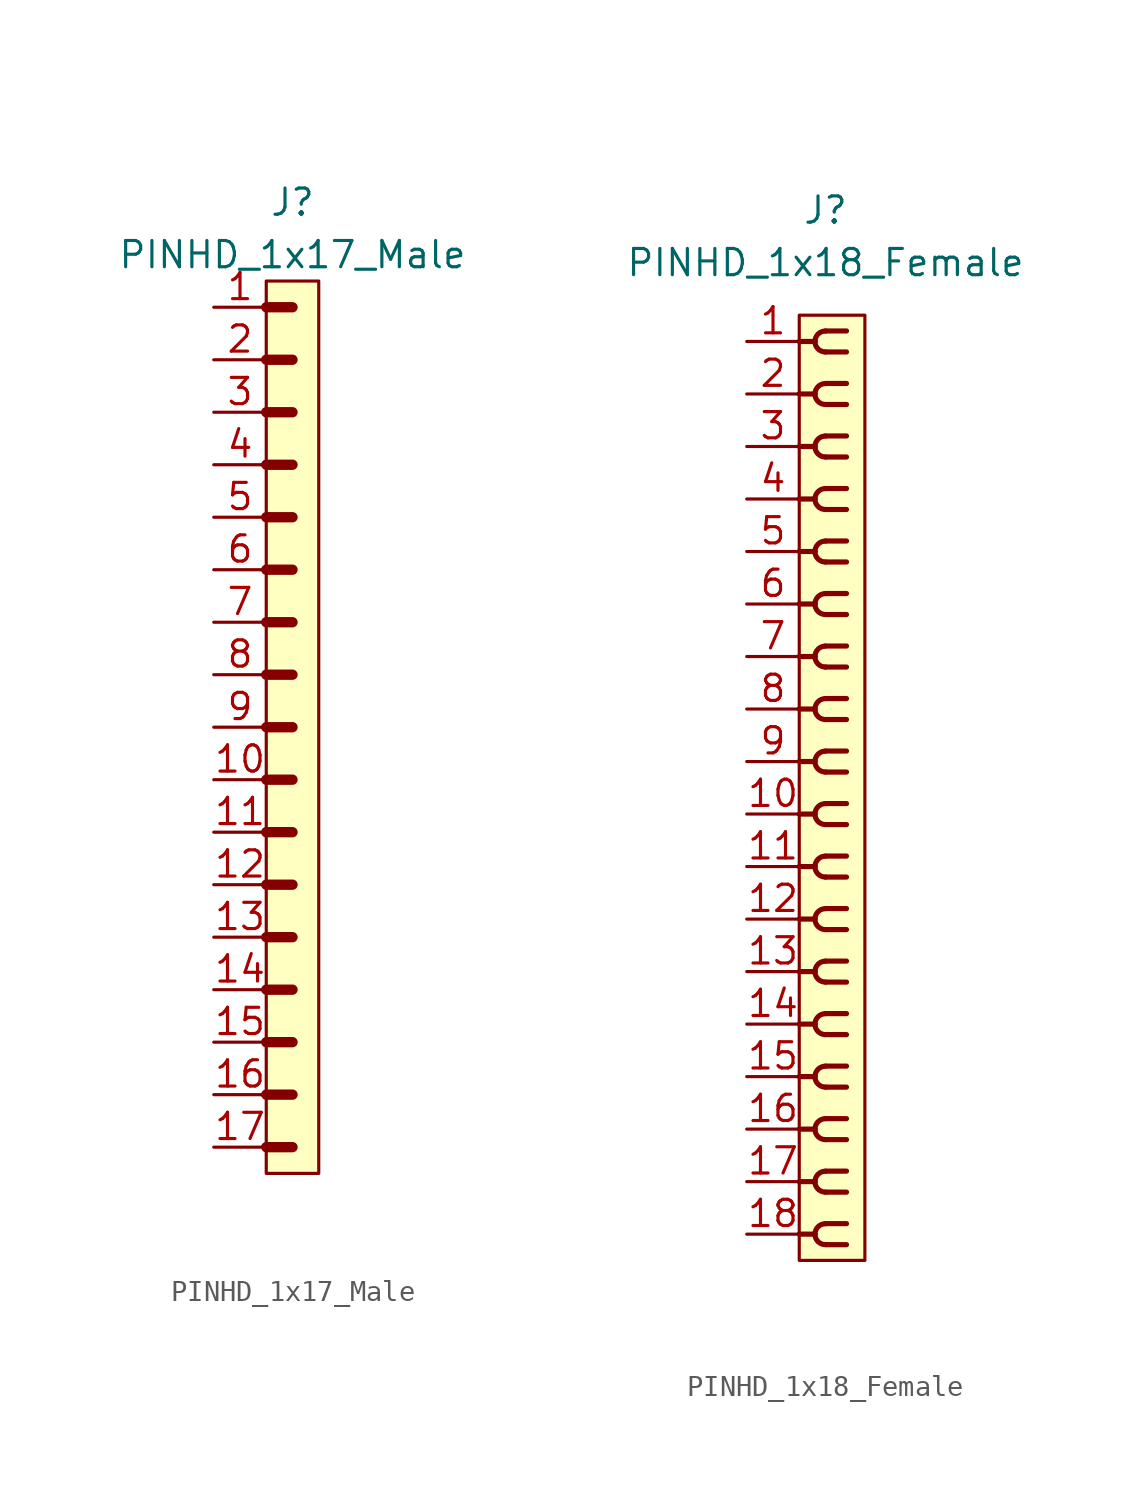
<source format=kicad_sym>
(kicad_symbol_lib
  (version 20220914)
  (generator kicad_symbol_editor)
  (symbol "PINHD_1x17_Male"
    (property "Reference" "J"
      (at 0 25.4 0)
      (effects (font (size 1.27 1.27))))
    (property "Value" "PINHD_1x17_Male"
      (at 0 22.86 0)
      (effects (font (size 1.27 1.27))))
    (symbol "PINHD_1x17_Male_0_1"
      (rectangle (start -1.27 21.59) (end 1.27 -21.59) (stroke (width 0) (type default)) (fill (type background)))
      (polyline (pts (xy -1.27 -20.32) (xy 0 -20.32)) (stroke (width 0.5) (type default)) (fill (type none)))
      (polyline (pts (xy -1.27 -17.78) (xy 0 -17.78)) (stroke (width 0.5) (type default)) (fill (type none)))
      (polyline (pts (xy -1.27 -15.24) (xy 0 -15.24)) (stroke (width 0.5) (type default)) (fill (type none)))
      (polyline (pts (xy -1.27 -12.7) (xy 0 -12.7)) (stroke (width 0.5) (type default)) (fill (type none)))
      (polyline (pts (xy -1.27 -10.16) (xy 0 -10.16)) (stroke (width 0.5) (type default)) (fill (type none)))
      (polyline (pts (xy -1.27 -7.62) (xy 0 -7.62)) (stroke (width 0.5) (type default)) (fill (type none)))
      (polyline (pts (xy -1.27 -5.08) (xy 0 -5.08)) (stroke (width 0.5) (type default)) (fill (type none)))
      (polyline (pts (xy -1.27 -2.54) (xy 0 -2.54)) (stroke (width 0.3) (type default)) (fill (type none)))
      (polyline (pts (xy -1.27 -2.54) (xy 0 -2.54)) (stroke (width 0.5) (type default)) (fill (type none)))
      (polyline (pts (xy -1.27 0) (xy 0 0)) (stroke (width 0.3) (type default)) (fill (type none)))
      (polyline (pts (xy -1.27 0) (xy 0 0)) (stroke (width 0.5) (type default)) (fill (type none)))
      (polyline (pts (xy -1.27 2.54) (xy 0 2.54)) (stroke (width 0.3) (type default)) (fill (type none)))
      (polyline (pts (xy -1.27 2.54) (xy 0 2.54)) (stroke (width 0.5) (type default)) (fill (type none)))
      (polyline (pts (xy -1.27 5.08) (xy 0 5.08)) (stroke (width 0.3) (type default)) (fill (type none)))
      (polyline (pts (xy -1.27 5.08) (xy 0 5.08)) (stroke (width 0.5) (type default)) (fill (type none)))
      (polyline (pts (xy -1.27 7.62) (xy 0 7.62)) (stroke (width 0.3) (type default)) (fill (type none)))
      (polyline (pts (xy -1.27 7.62) (xy 0 7.62)) (stroke (width 0.5) (type default)) (fill (type none)))
      (polyline (pts (xy -1.27 10.16) (xy 0 10.16)) (stroke (width 0.3) (type default)) (fill (type none)))
      (polyline (pts (xy -1.27 10.16) (xy 0 10.16)) (stroke (width 0.5) (type default)) (fill (type none)))
      (polyline (pts (xy -1.27 12.7) (xy 0 12.7)) (stroke (width 0.3) (type default)) (fill (type none)))
      (polyline (pts (xy -1.27 12.7) (xy 0 12.7)) (stroke (width 0.5) (type default)) (fill (type none)))
      (polyline (pts (xy -1.27 15.24) (xy 0 15.24)) (stroke (width 0.3) (type default)) (fill (type none)))
      (polyline (pts (xy -1.27 15.24) (xy 0 15.24)) (stroke (width 0.5) (type default)) (fill (type none)))
      (polyline (pts (xy -1.27 17.78) (xy 0 17.78)) (stroke (width 0.3) (type default)) (fill (type none)))
      (polyline (pts (xy -1.27 17.78) (xy 0 17.78)) (stroke (width 0.5) (type default)) (fill (type none)))
      (polyline (pts (xy -1.27 20.32) (xy 0 20.32)) (stroke (width 0.5) (type default)) (fill (type none))))
    (symbol "PINHD_1x17_Male_1_1"
      (pin passive line (at -3.81 20.32 0) (length 2.54) (name "" (effects (font (size 1.27 1.27)))) (number "1" (effects (font (size 1.27 1.27)))))
      (pin passive line (at -3.81 -2.54 0) (length 2.54) (name "" (effects (font (size 1.27 1.27)))) (number "10" (effects (font (size 1.27 1.27)))))
      (pin passive line (at -3.81 -5.08 0) (length 2.54) (name "" (effects (font (size 1.27 1.27)))) (number "11" (effects (font (size 1.27 1.27)))))
      (pin passive line (at -3.81 -7.62 0) (length 2.54) (name "" (effects (font (size 1.27 1.27)))) (number "12" (effects (font (size 1.27 1.27)))))
      (pin passive line (at -3.81 -10.16 0) (length 2.54) (name "" (effects (font (size 1.27 1.27)))) (number "13" (effects (font (size 1.27 1.27)))))
      (pin passive line (at -3.81 -12.7 0) (length 2.54) (name "" (effects (font (size 1.27 1.27)))) (number "14" (effects (font (size 1.27 1.27)))))
      (pin passive line (at -3.81 -15.24 0) (length 2.54) (name "" (effects (font (size 1.27 1.27)))) (number "15" (effects (font (size 1.27 1.27)))))
      (pin passive line (at -3.81 -17.78 0) (length 2.54) (name "" (effects (font (size 1.27 1.27)))) (number "16" (effects (font (size 1.27 1.27)))))
      (pin passive line (at -3.81 -20.32 0) (length 2.54) (name "" (effects (font (size 1.27 1.27)))) (number "17" (effects (font (size 1.27 1.27)))))
      (pin passive line (at -3.81 17.78 0) (length 2.54) (name "" (effects (font (size 1.27 1.27)))) (number "2" (effects (font (size 1.27 1.27)))))
      (pin passive line (at -3.81 15.24 0) (length 2.54) (name "" (effects (font (size 1.27 1.27)))) (number "3" (effects (font (size 1.27 1.27)))))
      (pin passive line (at -3.81 12.7 0) (length 2.54) (name "" (effects (font (size 1.27 1.27)))) (number "4" (effects (font (size 1.27 1.27)))))
      (pin passive line (at -3.81 10.16 0) (length 2.54) (name "" (effects (font (size 1.27 1.27)))) (number "5" (effects (font (size 1.27 1.27)))))
      (pin passive line (at -3.81 7.62 0) (length 2.54) (name "" (effects (font (size 1.27 1.27)))) (number "6" (effects (font (size 1.27 1.27)))))
      (pin passive line (at -3.81 5.08 0) (length 2.54) (name "" (effects (font (size 1.27 1.27)))) (number "7" (effects (font (size 1.27 1.27)))))
      (pin passive line (at -3.81 2.54 0) (length 2.54) (name "" (effects (font (size 1.27 1.27)))) (number "8" (effects (font (size 1.27 1.27)))))
      (pin passive line (at -3.81 0 0) (length 2.54) (name "" (effects (font (size 1.27 1.27)))) (number "9" (effects (font (size 1.27 1.27)))))))
  (symbol "PINHD_1x18_Female"
    (property "Reference" "J"
      (at 0 27.94 0)
      (effects (font (size 1.27 1.27))))
    (property "Value" "PINHD_1x18_Female"
      (at 0 25.4 0)
      (effects (font (size 1.27 1.27))))
    (symbol "PINHD_1x18_Female_0_1"
      (rectangle (start -1.27 22.86) (end 1.905 -22.86) (stroke (width 0) (type default)) (fill (type background)))
      (arc (start -0.508 -21.59) (mid -0.3592 -21.9492) (end 0 -22.098) (stroke (width 0.25) (type default)) (fill (type none)))
      (arc (start -0.508 -19.05) (mid -0.3592 -19.4092) (end 0 -19.558) (stroke (width 0.25) (type default)) (fill (type none)))
      (arc (start -0.508 -16.51) (mid -0.3592 -16.8692) (end 0 -17.018) (stroke (width 0.25) (type default)) (fill (type none)))
      (arc (start -0.508 -13.97) (mid -0.3592 -14.3292) (end 0 -14.478) (stroke (width 0.25) (type default)) (fill (type none)))
      (arc (start -0.508 -11.43) (mid -0.3592 -11.7892) (end 0 -11.938) (stroke (width 0.25) (type default)) (fill (type none)))
      (arc (start -0.508 -8.89) (mid -0.3592 -9.2492) (end 0 -9.398) (stroke (width 0.25) (type default)) (fill (type none)))
      (arc (start -0.508 -6.35) (mid -0.3592 -6.7092) (end 0 -6.858) (stroke (width 0.25) (type default)) (fill (type none)))
      (arc (start -0.508 -3.81) (mid -0.3592 -4.1692) (end 0 -4.318) (stroke (width 0.25) (type default)) (fill (type none)))
      (arc (start -0.508 -1.27) (mid -0.3592 -1.6292) (end 0 -1.778) (stroke (width 0.25) (type default)) (fill (type none)))
      (arc (start -0.508 1.27) (mid -0.3592 0.9108) (end 0 0.762) (stroke (width 0.25) (type default)) (fill (type none)))
      (arc (start -0.508 3.81) (mid -0.3592 3.4508) (end 0 3.302) (stroke (width 0.25) (type default)) (fill (type none)))
      (arc (start -0.508 6.35) (mid -0.3592 5.9908) (end 0 5.842) (stroke (width 0.25) (type default)) (fill (type none)))
      (arc (start -0.508 8.89) (mid -0.3592 8.5308) (end 0 8.382) (stroke (width 0.25) (type default)) (fill (type none)))
      (arc (start -0.508 11.43) (mid -0.3592 11.0708) (end 0 10.922) (stroke (width 0.25) (type default)) (fill (type none)))
      (arc (start -0.508 13.97) (mid -0.3592 13.6108) (end 0 13.462) (stroke (width 0.25) (type default)) (fill (type none)))
      (arc (start -0.508 16.51) (mid -0.3592 16.1508) (end 0 16.002) (stroke (width 0.25) (type default)) (fill (type none)))
      (arc (start -0.508 19.05) (mid -0.3592 18.6908) (end 0 18.542) (stroke (width 0.25) (type default)) (fill (type none)))
      (arc (start -0.508 21.59) (mid -0.3592 21.2308) (end 0 21.082) (stroke (width 0.25) (type default)) (fill (type none)))
      (arc (start 0 -21.082) (mid -0.3592 -21.2308) (end -0.508 -21.59) (stroke (width 0.25) (type default)) (fill (type none)))
      (arc (start 0 -18.542) (mid -0.3592 -18.6908) (end -0.508 -19.05) (stroke (width 0.25) (type default)) (fill (type none)))
      (arc (start 0 -16.002) (mid -0.3592 -16.1508) (end -0.508 -16.51) (stroke (width 0.25) (type default)) (fill (type none)))
      (arc (start 0 -13.462) (mid -0.3592 -13.6108) (end -0.508 -13.97) (stroke (width 0.25) (type default)) (fill (type none)))
      (arc (start 0 -10.922) (mid -0.3592 -11.0708) (end -0.508 -11.43) (stroke (width 0.25) (type default)) (fill (type none)))
      (arc (start 0 -8.382) (mid -0.3592 -8.5308) (end -0.508 -8.89) (stroke (width 0.25) (type default)) (fill (type none)))
      (arc (start 0 -5.842) (mid -0.3592 -5.9908) (end -0.508 -6.35) (stroke (width 0.25) (type default)) (fill (type none)))
      (arc (start 0 -3.302) (mid -0.3592 -3.4508) (end -0.508 -3.81) (stroke (width 0.25) (type default)) (fill (type none)))
      (arc (start 0 -0.762) (mid -0.3592 -0.9108) (end -0.508 -1.27) (stroke (width 0.25) (type default)) (fill (type none)))
      (polyline (pts (xy -1.27 -21.59) (xy -0.508 -21.59)) (stroke (width 0.25) (type default)) (fill (type none)))
      (polyline (pts (xy -1.27 -19.05) (xy -0.508 -19.05)) (stroke (width 0.25) (type default)) (fill (type none)))
      (polyline (pts (xy -1.27 -16.51) (xy -0.508 -16.51)) (stroke (width 0.25) (type default)) (fill (type none)))
      (polyline (pts (xy -1.27 -13.97) (xy -0.508 -13.97)) (stroke (width 0.25) (type default)) (fill (type none)))
      (polyline (pts (xy -1.27 -11.43) (xy -0.508 -11.43)) (stroke (width 0.25) (type default)) (fill (type none)))
      (polyline (pts (xy -1.27 -8.89) (xy -0.508 -8.89)) (stroke (width 0.25) (type default)) (fill (type none)))
      (polyline (pts (xy -1.27 -6.35) (xy -0.508 -6.35)) (stroke (width 0.25) (type default)) (fill (type none)))
      (polyline (pts (xy -1.27 -3.81) (xy -0.508 -3.81)) (stroke (width 0.25) (type default)) (fill (type none)))
      (polyline (pts (xy -1.27 -1.27) (xy -0.508 -1.27)) (stroke (width 0.25) (type default)) (fill (type none)))
      (polyline (pts (xy -1.27 1.27) (xy -0.508 1.27)) (stroke (width 0.25) (type default)) (fill (type none)))
      (polyline (pts (xy -1.27 3.81) (xy -0.508 3.81)) (stroke (width 0.25) (type default)) (fill (type none)))
      (polyline (pts (xy -1.27 6.35) (xy -0.508 6.35)) (stroke (width 0.25) (type default)) (fill (type none)))
      (polyline (pts (xy -1.27 8.89) (xy -0.508 8.89)) (stroke (width 0.25) (type default)) (fill (type none)))
      (polyline (pts (xy -1.27 11.43) (xy -0.508 11.43)) (stroke (width 0.25) (type default)) (fill (type none)))
      (polyline (pts (xy -1.27 13.97) (xy -0.508 13.97)) (stroke (width 0.25) (type default)) (fill (type none)))
      (polyline (pts (xy -1.27 16.51) (xy -0.508 16.51)) (stroke (width 0.25) (type default)) (fill (type none)))
      (polyline (pts (xy -1.27 19.05) (xy -0.508 19.05)) (stroke (width 0.25) (type default)) (fill (type none)))
      (polyline (pts (xy -1.27 21.59) (xy -0.508 21.59)) (stroke (width 0.25) (type default)) (fill (type none)))
      (polyline (pts (xy 0 -22.098) (xy 1.016 -22.098)) (stroke (width 0.25) (type default)) (fill (type none)))
      (polyline (pts (xy 0 -21.082) (xy 1.016 -21.082)) (stroke (width 0.25) (type default)) (fill (type none)))
      (polyline (pts (xy 0 -19.558) (xy 1.016 -19.558)) (stroke (width 0.25) (type default)) (fill (type none)))
      (polyline (pts (xy 0 -18.542) (xy 1.016 -18.542)) (stroke (width 0.25) (type default)) (fill (type none)))
      (polyline (pts (xy 0 -17.018) (xy 1.016 -17.018)) (stroke (width 0.25) (type default)) (fill (type none)))
      (polyline (pts (xy 0 -16.002) (xy 1.016 -16.002)) (stroke (width 0.25) (type default)) (fill (type none)))
      (polyline (pts (xy 0 -14.478) (xy 1.016 -14.478)) (stroke (width 0.25) (type default)) (fill (type none)))
      (polyline (pts (xy 0 -13.462) (xy 1.016 -13.462)) (stroke (width 0.25) (type default)) (fill (type none)))
      (polyline (pts (xy 0 -11.938) (xy 1.016 -11.938)) (stroke (width 0.25) (type default)) (fill (type none)))
      (polyline (pts (xy 0 -10.922) (xy 1.016 -10.922)) (stroke (width 0.25) (type default)) (fill (type none)))
      (polyline (pts (xy 0 -9.398) (xy 1.016 -9.398)) (stroke (width 0.25) (type default)) (fill (type none)))
      (polyline (pts (xy 0 -8.382) (xy 1.016 -8.382)) (stroke (width 0.25) (type default)) (fill (type none)))
      (polyline (pts (xy 0 -6.858) (xy 1.016 -6.858)) (stroke (width 0.25) (type default)) (fill (type none)))
      (polyline (pts (xy 0 -5.842) (xy 1.016 -5.842)) (stroke (width 0.25) (type default)) (fill (type none)))
      (polyline (pts (xy 0 -4.318) (xy 1.016 -4.318)) (stroke (width 0.25) (type default)) (fill (type none)))
      (polyline (pts (xy 0 -3.302) (xy 1.016 -3.302)) (stroke (width 0.25) (type default)) (fill (type none)))
      (polyline (pts (xy 0 -1.778) (xy 1.016 -1.778)) (stroke (width 0.25) (type default)) (fill (type none)))
      (polyline (pts (xy 0 -0.762) (xy 1.016 -0.762)) (stroke (width 0.25) (type default)) (fill (type none)))
      (polyline (pts (xy 0 0.762) (xy 1.016 0.762)) (stroke (width 0.25) (type default)) (fill (type none)))
      (polyline (pts (xy 0 1.778) (xy 1.016 1.778)) (stroke (width 0.25) (type default)) (fill (type none)))
      (polyline (pts (xy 0 3.302) (xy 1.016 3.302)) (stroke (width 0.25) (type default)) (fill (type none)))
      (polyline (pts (xy 0 4.318) (xy 1.016 4.318)) (stroke (width 0.25) (type default)) (fill (type none)))
      (polyline (pts (xy 0 5.842) (xy 1.016 5.842)) (stroke (width 0.25) (type default)) (fill (type none)))
      (polyline (pts (xy 0 6.858) (xy 1.016 6.858)) (stroke (width 0.25) (type default)) (fill (type none)))
      (polyline (pts (xy 0 8.382) (xy 1.016 8.382)) (stroke (width 0.25) (type default)) (fill (type none)))
      (polyline (pts (xy 0 9.398) (xy 1.016 9.398)) (stroke (width 0.25) (type default)) (fill (type none)))
      (polyline (pts (xy 0 10.922) (xy 1.016 10.922)) (stroke (width 0.25) (type default)) (fill (type none)))
      (polyline (pts (xy 0 11.938) (xy 1.016 11.938)) (stroke (width 0.25) (type default)) (fill (type none)))
      (polyline (pts (xy 0 13.462) (xy 1.016 13.462)) (stroke (width 0.25) (type default)) (fill (type none)))
      (polyline (pts (xy 0 14.478) (xy 1.016 14.478)) (stroke (width 0.25) (type default)) (fill (type none)))
      (polyline (pts (xy 0 16.002) (xy 1.016 16.002)) (stroke (width 0.25) (type default)) (fill (type none)))
      (polyline (pts (xy 0 17.018) (xy 1.016 17.018)) (stroke (width 0.25) (type default)) (fill (type none)))
      (polyline (pts (xy 0 18.542) (xy 1.016 18.542)) (stroke (width 0.25) (type default)) (fill (type none)))
      (polyline (pts (xy 0 19.558) (xy 1.016 19.558)) (stroke (width 0.25) (type default)) (fill (type none)))
      (polyline (pts (xy 0 21.082) (xy 1.016 21.082)) (stroke (width 0.25) (type default)) (fill (type none)))
      (polyline (pts (xy 0 22.098) (xy 1.016 22.098)) (stroke (width 0.25) (type default)) (fill (type none)))
      (arc (start 0 1.778) (mid -0.3592 1.6292) (end -0.508 1.27) (stroke (width 0.25) (type default)) (fill (type none)))
      (arc (start 0 4.318) (mid -0.3592 4.1692) (end -0.508 3.81) (stroke (width 0.25) (type default)) (fill (type none)))
      (arc (start 0 6.858) (mid -0.3592 6.7092) (end -0.508 6.35) (stroke (width 0.25) (type default)) (fill (type none)))
      (arc (start 0 9.398) (mid -0.3592 9.2492) (end -0.508 8.89) (stroke (width 0.25) (type default)) (fill (type none)))
      (arc (start 0 11.938) (mid -0.3592 11.7892) (end -0.508 11.43) (stroke (width 0.25) (type default)) (fill (type none)))
      (arc (start 0 14.478) (mid -0.3592 14.3292) (end -0.508 13.97) (stroke (width 0.25) (type default)) (fill (type none)))
      (arc (start 0 17.018) (mid -0.3592 16.8692) (end -0.508 16.51) (stroke (width 0.25) (type default)) (fill (type none)))
      (arc (start 0 19.558) (mid -0.3592 19.4092) (end -0.508 19.05) (stroke (width 0.25) (type default)) (fill (type none)))
      (arc (start 0 22.098) (mid -0.3592 21.9492) (end -0.508 21.59) (stroke (width 0.25) (type default)) (fill (type none))))
    (symbol "PINHD_1x18_Female_1_1"
      (pin passive line (at -3.81 21.59 0) (length 2.54) (name "" (effects (font (size 1.27 1.27)))) (number "1" (effects (font (size 1.27 1.27)))))
      (pin passive line (at -3.81 -1.27 0) (length 2.54) (name "" (effects (font (size 1.27 1.27)))) (number "10" (effects (font (size 1.27 1.27)))))
      (pin passive line (at -3.81 -3.81 0) (length 2.54) (name "" (effects (font (size 1.27 1.27)))) (number "11" (effects (font (size 1.27 1.27)))))
      (pin passive line (at -3.81 -6.35 0) (length 2.54) (name "" (effects (font (size 1.27 1.27)))) (number "12" (effects (font (size 1.27 1.27)))))
      (pin passive line (at -3.81 -8.89 0) (length 2.54) (name "" (effects (font (size 1.27 1.27)))) (number "13" (effects (font (size 1.27 1.27)))))
      (pin passive line (at -3.81 -11.43 0) (length 2.54) (name "" (effects (font (size 1.27 1.27)))) (number "14" (effects (font (size 1.27 1.27)))))
      (pin passive line (at -3.81 -13.97 0) (length 2.54) (name "" (effects (font (size 1.27 1.27)))) (number "15" (effects (font (size 1.27 1.27)))))
      (pin passive line (at -3.81 -16.51 0) (length 2.54) (name "" (effects (font (size 1.27 1.27)))) (number "16" (effects (font (size 1.27 1.27)))))
      (pin passive line (at -3.81 -19.05 0) (length 2.54) (name "" (effects (font (size 1.27 1.27)))) (number "17" (effects (font (size 1.27 1.27)))))
      (pin passive line (at -3.81 -21.59 0) (length 2.54) (name "" (effects (font (size 1.27 1.27)))) (number "18" (effects (font (size 1.27 1.27)))))
      (pin passive line (at -3.81 19.05 0) (length 2.54) (name "" (effects (font (size 1.27 1.27)))) (number "2" (effects (font (size 1.27 1.27)))))
      (pin passive line (at -3.81 16.51 0) (length 2.54) (name "" (effects (font (size 1.27 1.27)))) (number "3" (effects (font (size 1.27 1.27)))))
      (pin passive line (at -3.81 13.97 0) (length 2.54) (name "" (effects (font (size 1.27 1.27)))) (number "4" (effects (font (size 1.27 1.27)))))
      (pin passive line (at -3.81 11.43 0) (length 2.54) (name "" (effects (font (size 1.27 1.27)))) (number "5" (effects (font (size 1.27 1.27)))))
      (pin passive line (at -3.81 8.89 0) (length 2.54) (name "" (effects (font (size 1.27 1.27)))) (number "6" (effects (font (size 1.27 1.27)))))
      (pin passive line (at -3.81 6.35 0) (length 2.54) (name "" (effects (font (size 1.27 1.27)))) (number "7" (effects (font (size 1.27 1.27)))))
      (pin passive line (at -3.81 3.81 0) (length 2.54) (name "" (effects (font (size 1.27 1.27)))) (number "8" (effects (font (size 1.27 1.27)))))
      (pin passive line (at -3.81 1.27 0) (length 2.54) (name "" (effects (font (size 1.27 1.27)))) (number "9" (effects (font (size 1.27 1.27))))))))
</source>
